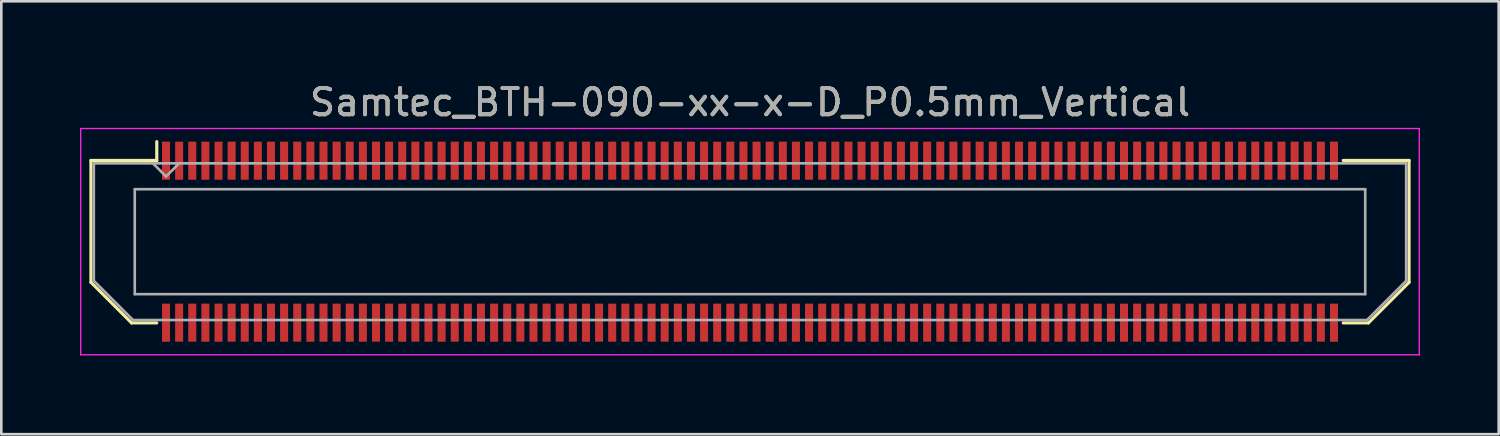
<source format=kicad_pcb>
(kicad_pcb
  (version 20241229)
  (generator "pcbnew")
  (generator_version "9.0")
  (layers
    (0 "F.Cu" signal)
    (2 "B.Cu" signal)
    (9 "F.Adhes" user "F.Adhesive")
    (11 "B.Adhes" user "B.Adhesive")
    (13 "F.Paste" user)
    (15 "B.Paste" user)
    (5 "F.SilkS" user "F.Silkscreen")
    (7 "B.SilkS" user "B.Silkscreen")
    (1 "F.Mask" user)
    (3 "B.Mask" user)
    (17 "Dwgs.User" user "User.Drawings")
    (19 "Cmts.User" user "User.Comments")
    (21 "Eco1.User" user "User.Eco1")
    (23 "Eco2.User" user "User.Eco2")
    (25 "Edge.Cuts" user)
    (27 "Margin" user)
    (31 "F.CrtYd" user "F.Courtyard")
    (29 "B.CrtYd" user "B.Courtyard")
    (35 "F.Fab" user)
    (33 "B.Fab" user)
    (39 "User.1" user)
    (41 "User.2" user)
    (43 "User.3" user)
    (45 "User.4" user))
  (footprint "Samtec_BTH-090-xx-x-D_P0.5mm_Vertical"
    (layer "F.Cu")
    (at 25.525 6.158)
    (property "Reference" "Samtec_BTH-090-xx-x-D_P0.5mm_Vertical" (at 0 -5.31 0) (layer "F.SilkS") (effects (font (size 1 1) (thickness 0.15))))
    (attr smd)
    (fp_line (start -25.11 -3.095) (end -25.11 1.548) (stroke (width 0.12) (type solid)) (layer "F.SilkS"))
    (fp_line (start -25.11 1.548) (end -23.562 3.095) (stroke (width 0.12) (type solid)) (layer "F.SilkS"))
    (fp_line (start -23.562 3.095) (end -22.602 3.095) (stroke (width 0.12) (type solid)) (layer "F.SilkS"))
    (fp_line (start -22.602 -3.811) (end -22.602 -3.095) (stroke (width 0.12) (type solid)) (layer "F.SilkS"))
    (fp_line (start -22.602 -3.095) (end -25.11 -3.095) (stroke (width 0.12) (type solid)) (layer "F.SilkS"))
    (fp_line (start 22.602 -3.095) (end 25.11 -3.095) (stroke (width 0.12) (type solid)) (layer "F.SilkS"))
    (fp_line (start 23.562 3.095) (end 22.602 3.095) (stroke (width 0.12) (type solid)) (layer "F.SilkS"))
    (fp_line (start 25.11 -3.095) (end 25.11 1.548) (stroke (width 0.12) (type solid)) (layer "F.SilkS"))
    (fp_line (start 25.11 1.548) (end 23.562 3.095) (stroke (width 0.12) (type solid)) (layer "F.SilkS"))
    (fp_line (start -25.5 -4.31) (end -25.5 4.31) (stroke (width 0.05) (type solid)) (layer "F.CrtYd"))
    (fp_line (start -25.5 4.31) (end 25.5 4.31) (stroke (width 0.05) (type solid)) (layer "F.CrtYd"))
    (fp_line (start 25.5 -4.31) (end -25.5 -4.31) (stroke (width 0.05) (type solid)) (layer "F.CrtYd"))
    (fp_line (start 25.5 4.31) (end 25.5 -4.31) (stroke (width 0.05) (type solid)) (layer "F.CrtYd"))
    (fp_line (start -25 -2.985) (end -25 1.492) (stroke (width 0.1) (type solid)) (layer "F.Fab"))
    (fp_line (start -25 -2.985) (end 25 -2.985) (stroke (width 0.1) (type solid)) (layer "F.Fab"))
    (fp_line (start -25 1.492) (end -23.508 2.985) (stroke (width 0.1) (type solid)) (layer "F.Fab"))
    (fp_line (start -23.508 2.985) (end 23.508 2.985) (stroke (width 0.1) (type solid)) (layer "F.Fab"))
    (fp_line (start -23.44 -2) (end -23.44 2) (stroke (width 0.1) (type solid)) (layer "F.Fab"))
    (fp_line (start -23.44 2) (end 23.44 2) (stroke (width 0.1) (type solid)) (layer "F.Fab"))
    (fp_line (start -22.25 -2.485) (end -22.75 -2.985) (stroke (width 0.1) (type solid)) (layer "F.Fab"))
    (fp_line (start -21.75 -2.985) (end -22.25 -2.485) (stroke (width 0.1) (type solid)) (layer "F.Fab"))
    (fp_line (start 23.44 -2) (end -23.44 -2) (stroke (width 0.1) (type solid)) (layer "F.Fab"))
    (fp_line (start 23.44 2) (end 23.44 -2) (stroke (width 0.1) (type solid)) (layer "F.Fab"))
    (fp_line (start 25 -2.985) (end 25 1.492) (stroke (width 0.1) (type solid)) (layer "F.Fab"))
    (fp_line (start 25 1.492) (end 23.508 2.985) (stroke (width 0.1) (type solid)) (layer "F.Fab"))
    (fp_text user "${REFERENCE}" (at 0 -5.31 0) (layer "F.Fab") (effects (font (size 1 1) (thickness 0.15))))
    (pad "1" smd rect (at -22.25 -3.086) (size 0.305 1.45) (layers "F.Cu" "F.Mask" "F.Paste"))
    (pad "2" smd rect (at -22.25 3.086) (size 0.305 1.45) (layers "F.Cu" "F.Mask" "F.Paste"))
    (pad "3" smd rect (at -21.75 -3.086) (size 0.305 1.45) (layers "F.Cu" "F.Mask" "F.Paste"))
    (pad "4" smd rect (at -21.75 3.086) (size 0.305 1.45) (layers "F.Cu" "F.Mask" "F.Paste"))
    (pad "5" smd rect (at -21.25 -3.086) (size 0.305 1.45) (layers "F.Cu" "F.Mask" "F.Paste"))
    (pad "6" smd rect (at -21.25 3.086) (size 0.305 1.45) (layers "F.Cu" "F.Mask" "F.Paste"))
    (pad "7" smd rect (at -20.75 -3.086) (size 0.305 1.45) (layers "F.Cu" "F.Mask" "F.Paste"))
    (pad "8" smd rect (at -20.75 3.086) (size 0.305 1.45) (layers "F.Cu" "F.Mask" "F.Paste"))
    (pad "9" smd rect (at -20.25 -3.086) (size 0.305 1.45) (layers "F.Cu" "F.Mask" "F.Paste"))
    (pad "10" smd rect (at -20.25 3.086) (size 0.305 1.45) (layers "F.Cu" "F.Mask" "F.Paste"))
    (pad "11" smd rect (at -19.75 -3.086) (size 0.305 1.45) (layers "F.Cu" "F.Mask" "F.Paste"))
    (pad "12" smd rect (at -19.75 3.086) (size 0.305 1.45) (layers "F.Cu" "F.Mask" "F.Paste"))
    (pad "13" smd rect (at -19.25 -3.086) (size 0.305 1.45) (layers "F.Cu" "F.Mask" "F.Paste"))
    (pad "14" smd rect (at -19.25 3.086) (size 0.305 1.45) (layers "F.Cu" "F.Mask" "F.Paste"))
    (pad "15" smd rect (at -18.75 -3.086) (size 0.305 1.45) (layers "F.Cu" "F.Mask" "F.Paste"))
    (pad "16" smd rect (at -18.75 3.086) (size 0.305 1.45) (layers "F.Cu" "F.Mask" "F.Paste"))
    (pad "17" smd rect (at -18.25 -3.086) (size 0.305 1.45) (layers "F.Cu" "F.Mask" "F.Paste"))
    (pad "18" smd rect (at -18.25 3.086) (size 0.305 1.45) (layers "F.Cu" "F.Mask" "F.Paste"))
    (pad "19" smd rect (at -17.75 -3.086) (size 0.305 1.45) (layers "F.Cu" "F.Mask" "F.Paste"))
    (pad "20" smd rect (at -17.75 3.086) (size 0.305 1.45) (layers "F.Cu" "F.Mask" "F.Paste"))
    (pad "21" smd rect (at -17.25 -3.086) (size 0.305 1.45) (layers "F.Cu" "F.Mask" "F.Paste"))
    (pad "22" smd rect (at -17.25 3.086) (size 0.305 1.45) (layers "F.Cu" "F.Mask" "F.Paste"))
    (pad "23" smd rect (at -16.75 -3.086) (size 0.305 1.45) (layers "F.Cu" "F.Mask" "F.Paste"))
    (pad "24" smd rect (at -16.75 3.086) (size 0.305 1.45) (layers "F.Cu" "F.Mask" "F.Paste"))
    (pad "25" smd rect (at -16.25 -3.086) (size 0.305 1.45) (layers "F.Cu" "F.Mask" "F.Paste"))
    (pad "26" smd rect (at -16.25 3.086) (size 0.305 1.45) (layers "F.Cu" "F.Mask" "F.Paste"))
    (pad "27" smd rect (at -15.75 -3.086) (size 0.305 1.45) (layers "F.Cu" "F.Mask" "F.Paste"))
    (pad "28" smd rect (at -15.75 3.086) (size 0.305 1.45) (layers "F.Cu" "F.Mask" "F.Paste"))
    (pad "29" smd rect (at -15.25 -3.086) (size 0.305 1.45) (layers "F.Cu" "F.Mask" "F.Paste"))
    (pad "30" smd rect (at -15.25 3.086) (size 0.305 1.45) (layers "F.Cu" "F.Mask" "F.Paste"))
    (pad "31" smd rect (at -14.75 -3.086) (size 0.305 1.45) (layers "F.Cu" "F.Mask" "F.Paste"))
    (pad "32" smd rect (at -14.75 3.086) (size 0.305 1.45) (layers "F.Cu" "F.Mask" "F.Paste"))
    (pad "33" smd rect (at -14.25 -3.086) (size 0.305 1.45) (layers "F.Cu" "F.Mask" "F.Paste"))
    (pad "34" smd rect (at -14.25 3.086) (size 0.305 1.45) (layers "F.Cu" "F.Mask" "F.Paste"))
    (pad "35" smd rect (at -13.75 -3.086) (size 0.305 1.45) (layers "F.Cu" "F.Mask" "F.Paste"))
    (pad "36" smd rect (at -13.75 3.086) (size 0.305 1.45) (layers "F.Cu" "F.Mask" "F.Paste"))
    (pad "37" smd rect (at -13.25 -3.086) (size 0.305 1.45) (layers "F.Cu" "F.Mask" "F.Paste"))
    (pad "38" smd rect (at -13.25 3.086) (size 0.305 1.45) (layers "F.Cu" "F.Mask" "F.Paste"))
    (pad "39" smd rect (at -12.75 -3.086) (size 0.305 1.45) (layers "F.Cu" "F.Mask" "F.Paste"))
    (pad "40" smd rect (at -12.75 3.086) (size 0.305 1.45) (layers "F.Cu" "F.Mask" "F.Paste"))
    (pad "41" smd rect (at -12.25 -3.086) (size 0.305 1.45) (layers "F.Cu" "F.Mask" "F.Paste"))
    (pad "42" smd rect (at -12.25 3.086) (size 0.305 1.45) (layers "F.Cu" "F.Mask" "F.Paste"))
    (pad "43" smd rect (at -11.75 -3.086) (size 0.305 1.45) (layers "F.Cu" "F.Mask" "F.Paste"))
    (pad "44" smd rect (at -11.75 3.086) (size 0.305 1.45) (layers "F.Cu" "F.Mask" "F.Paste"))
    (pad "45" smd rect (at -11.25 -3.086) (size 0.305 1.45) (layers "F.Cu" "F.Mask" "F.Paste"))
    (pad "46" smd rect (at -11.25 3.086) (size 0.305 1.45) (layers "F.Cu" "F.Mask" "F.Paste"))
    (pad "47" smd rect (at -10.75 -3.086) (size 0.305 1.45) (layers "F.Cu" "F.Mask" "F.Paste"))
    (pad "48" smd rect (at -10.75 3.086) (size 0.305 1.45) (layers "F.Cu" "F.Mask" "F.Paste"))
    (pad "49" smd rect (at -10.25 -3.086) (size 0.305 1.45) (layers "F.Cu" "F.Mask" "F.Paste"))
    (pad "50" smd rect (at -10.25 3.086) (size 0.305 1.45) (layers "F.Cu" "F.Mask" "F.Paste"))
    (pad "51" smd rect (at -9.75 -3.086) (size 0.305 1.45) (layers "F.Cu" "F.Mask" "F.Paste"))
    (pad "52" smd rect (at -9.75 3.086) (size 0.305 1.45) (layers "F.Cu" "F.Mask" "F.Paste"))
    (pad "53" smd rect (at -9.25 -3.086) (size 0.305 1.45) (layers "F.Cu" "F.Mask" "F.Paste"))
    (pad "54" smd rect (at -9.25 3.086) (size 0.305 1.45) (layers "F.Cu" "F.Mask" "F.Paste"))
    (pad "55" smd rect (at -8.75 -3.086) (size 0.305 1.45) (layers "F.Cu" "F.Mask" "F.Paste"))
    (pad "56" smd rect (at -8.75 3.086) (size 0.305 1.45) (layers "F.Cu" "F.Mask" "F.Paste"))
    (pad "57" smd rect (at -8.25 -3.086) (size 0.305 1.45) (layers "F.Cu" "F.Mask" "F.Paste"))
    (pad "58" smd rect (at -8.25 3.086) (size 0.305 1.45) (layers "F.Cu" "F.Mask" "F.Paste"))
    (pad "59" smd rect (at -7.75 -3.086) (size 0.305 1.45) (layers "F.Cu" "F.Mask" "F.Paste"))
    (pad "60" smd rect (at -7.75 3.086) (size 0.305 1.45) (layers "F.Cu" "F.Mask" "F.Paste"))
    (pad "61" smd rect (at -7.25 -3.086) (size 0.305 1.45) (layers "F.Cu" "F.Mask" "F.Paste"))
    (pad "62" smd rect (at -7.25 3.086) (size 0.305 1.45) (layers "F.Cu" "F.Mask" "F.Paste"))
    (pad "63" smd rect (at -6.75 -3.086) (size 0.305 1.45) (layers "F.Cu" "F.Mask" "F.Paste"))
    (pad "64" smd rect (at -6.75 3.086) (size 0.305 1.45) (layers "F.Cu" "F.Mask" "F.Paste"))
    (pad "65" smd rect (at -6.25 -3.086) (size 0.305 1.45) (layers "F.Cu" "F.Mask" "F.Paste"))
    (pad "66" smd rect (at -6.25 3.086) (size 0.305 1.45) (layers "F.Cu" "F.Mask" "F.Paste"))
    (pad "67" smd rect (at -5.75 -3.086) (size 0.305 1.45) (layers "F.Cu" "F.Mask" "F.Paste"))
    (pad "68" smd rect (at -5.75 3.086) (size 0.305 1.45) (layers "F.Cu" "F.Mask" "F.Paste"))
    (pad "69" smd rect (at -5.25 -3.086) (size 0.305 1.45) (layers "F.Cu" "F.Mask" "F.Paste"))
    (pad "70" smd rect (at -5.25 3.086) (size 0.305 1.45) (layers "F.Cu" "F.Mask" "F.Paste"))
    (pad "71" smd rect (at -4.75 -3.086) (size 0.305 1.45) (layers "F.Cu" "F.Mask" "F.Paste"))
    (pad "72" smd rect (at -4.75 3.086) (size 0.305 1.45) (layers "F.Cu" "F.Mask" "F.Paste"))
    (pad "73" smd rect (at -4.25 -3.086) (size 0.305 1.45) (layers "F.Cu" "F.Mask" "F.Paste"))
    (pad "74" smd rect (at -4.25 3.086) (size 0.305 1.45) (layers "F.Cu" "F.Mask" "F.Paste"))
    (pad "75" smd rect (at -3.75 -3.086) (size 0.305 1.45) (layers "F.Cu" "F.Mask" "F.Paste"))
    (pad "76" smd rect (at -3.75 3.086) (size 0.305 1.45) (layers "F.Cu" "F.Mask" "F.Paste"))
    (pad "77" smd rect (at -3.25 -3.086) (size 0.305 1.45) (layers "F.Cu" "F.Mask" "F.Paste"))
    (pad "78" smd rect (at -3.25 3.086) (size 0.305 1.45) (layers "F.Cu" "F.Mask" "F.Paste"))
    (pad "79" smd rect (at -2.75 -3.086) (size 0.305 1.45) (layers "F.Cu" "F.Mask" "F.Paste"))
    (pad "80" smd rect (at -2.75 3.086) (size 0.305 1.45) (layers "F.Cu" "F.Mask" "F.Paste"))
    (pad "81" smd rect (at -2.25 -3.086) (size 0.305 1.45) (layers "F.Cu" "F.Mask" "F.Paste"))
    (pad "82" smd rect (at -2.25 3.086) (size 0.305 1.45) (layers "F.Cu" "F.Mask" "F.Paste"))
    (pad "83" smd rect (at -1.75 -3.086) (size 0.305 1.45) (layers "F.Cu" "F.Mask" "F.Paste"))
    (pad "84" smd rect (at -1.75 3.086) (size 0.305 1.45) (layers "F.Cu" "F.Mask" "F.Paste"))
    (pad "85" smd rect (at -1.25 -3.086) (size 0.305 1.45) (layers "F.Cu" "F.Mask" "F.Paste"))
    (pad "86" smd rect (at -1.25 3.086) (size 0.305 1.45) (layers "F.Cu" "F.Mask" "F.Paste"))
    (pad "87" smd rect (at -0.75 -3.086) (size 0.305 1.45) (layers "F.Cu" "F.Mask" "F.Paste"))
    (pad "88" smd rect (at -0.75 3.086) (size 0.305 1.45) (layers "F.Cu" "F.Mask" "F.Paste"))
    (pad "89" smd rect (at -0.25 -3.086) (size 0.305 1.45) (layers "F.Cu" "F.Mask" "F.Paste"))
    (pad "90" smd rect (at -0.25 3.086) (size 0.305 1.45) (layers "F.Cu" "F.Mask" "F.Paste"))
    (pad "91" smd rect (at 0.25 -3.086) (size 0.305 1.45) (layers "F.Cu" "F.Mask" "F.Paste"))
    (pad "92" smd rect (at 0.25 3.086) (size 0.305 1.45) (layers "F.Cu" "F.Mask" "F.Paste"))
    (pad "93" smd rect (at 0.75 -3.086) (size 0.305 1.45) (layers "F.Cu" "F.Mask" "F.Paste"))
    (pad "94" smd rect (at 0.75 3.086) (size 0.305 1.45) (layers "F.Cu" "F.Mask" "F.Paste"))
    (pad "95" smd rect (at 1.25 -3.086) (size 0.305 1.45) (layers "F.Cu" "F.Mask" "F.Paste"))
    (pad "96" smd rect (at 1.25 3.086) (size 0.305 1.45) (layers "F.Cu" "F.Mask" "F.Paste"))
    (pad "97" smd rect (at 1.75 -3.086) (size 0.305 1.45) (layers "F.Cu" "F.Mask" "F.Paste"))
    (pad "98" smd rect (at 1.75 3.086) (size 0.305 1.45) (layers "F.Cu" "F.Mask" "F.Paste"))
    (pad "99" smd rect (at 2.25 -3.086) (size 0.305 1.45) (layers "F.Cu" "F.Mask" "F.Paste"))
    (pad "100" smd rect (at 2.25 3.086) (size 0.305 1.45) (layers "F.Cu" "F.Mask" "F.Paste"))
    (pad "101" smd rect (at 2.75 -3.086) (size 0.305 1.45) (layers "F.Cu" "F.Mask" "F.Paste"))
    (pad "102" smd rect (at 2.75 3.086) (size 0.305 1.45) (layers "F.Cu" "F.Mask" "F.Paste"))
    (pad "103" smd rect (at 3.25 -3.086) (size 0.305 1.45) (layers "F.Cu" "F.Mask" "F.Paste"))
    (pad "104" smd rect (at 3.25 3.086) (size 0.305 1.45) (layers "F.Cu" "F.Mask" "F.Paste"))
    (pad "105" smd rect (at 3.75 -3.086) (size 0.305 1.45) (layers "F.Cu" "F.Mask" "F.Paste"))
    (pad "106" smd rect (at 3.75 3.086) (size 0.305 1.45) (layers "F.Cu" "F.Mask" "F.Paste"))
    (pad "107" smd rect (at 4.25 -3.086) (size 0.305 1.45) (layers "F.Cu" "F.Mask" "F.Paste"))
    (pad "108" smd rect (at 4.25 3.086) (size 0.305 1.45) (layers "F.Cu" "F.Mask" "F.Paste"))
    (pad "109" smd rect (at 4.75 -3.086) (size 0.305 1.45) (layers "F.Cu" "F.Mask" "F.Paste"))
    (pad "110" smd rect (at 4.75 3.086) (size 0.305 1.45) (layers "F.Cu" "F.Mask" "F.Paste"))
    (pad "111" smd rect (at 5.25 -3.086) (size 0.305 1.45) (layers "F.Cu" "F.Mask" "F.Paste"))
    (pad "112" smd rect (at 5.25 3.086) (size 0.305 1.45) (layers "F.Cu" "F.Mask" "F.Paste"))
    (pad "113" smd rect (at 5.75 -3.086) (size 0.305 1.45) (layers "F.Cu" "F.Mask" "F.Paste"))
    (pad "114" smd rect (at 5.75 3.086) (size 0.305 1.45) (layers "F.Cu" "F.Mask" "F.Paste"))
    (pad "115" smd rect (at 6.25 -3.086) (size 0.305 1.45) (layers "F.Cu" "F.Mask" "F.Paste"))
    (pad "116" smd rect (at 6.25 3.086) (size 0.305 1.45) (layers "F.Cu" "F.Mask" "F.Paste"))
    (pad "117" smd rect (at 6.75 -3.086) (size 0.305 1.45) (layers "F.Cu" "F.Mask" "F.Paste"))
    (pad "118" smd rect (at 6.75 3.086) (size 0.305 1.45) (layers "F.Cu" "F.Mask" "F.Paste"))
    (pad "119" smd rect (at 7.25 -3.086) (size 0.305 1.45) (layers "F.Cu" "F.Mask" "F.Paste"))
    (pad "120" smd rect (at 7.25 3.086) (size 0.305 1.45) (layers "F.Cu" "F.Mask" "F.Paste"))
    (pad "121" smd rect (at 7.75 -3.086) (size 0.305 1.45) (layers "F.Cu" "F.Mask" "F.Paste"))
    (pad "122" smd rect (at 7.75 3.086) (size 0.305 1.45) (layers "F.Cu" "F.Mask" "F.Paste"))
    (pad "123" smd rect (at 8.25 -3.086) (size 0.305 1.45) (layers "F.Cu" "F.Mask" "F.Paste"))
    (pad "124" smd rect (at 8.25 3.086) (size 0.305 1.45) (layers "F.Cu" "F.Mask" "F.Paste"))
    (pad "125" smd rect (at 8.75 -3.086) (size 0.305 1.45) (layers "F.Cu" "F.Mask" "F.Paste"))
    (pad "126" smd rect (at 8.75 3.086) (size 0.305 1.45) (layers "F.Cu" "F.Mask" "F.Paste"))
    (pad "127" smd rect (at 9.25 -3.086) (size 0.305 1.45) (layers "F.Cu" "F.Mask" "F.Paste"))
    (pad "128" smd rect (at 9.25 3.086) (size 0.305 1.45) (layers "F.Cu" "F.Mask" "F.Paste"))
    (pad "129" smd rect (at 9.75 -3.086) (size 0.305 1.45) (layers "F.Cu" "F.Mask" "F.Paste"))
    (pad "130" smd rect (at 9.75 3.086) (size 0.305 1.45) (layers "F.Cu" "F.Mask" "F.Paste"))
    (pad "131" smd rect (at 10.25 -3.086) (size 0.305 1.45) (layers "F.Cu" "F.Mask" "F.Paste"))
    (pad "132" smd rect (at 10.25 3.086) (size 0.305 1.45) (layers "F.Cu" "F.Mask" "F.Paste"))
    (pad "133" smd rect (at 10.75 -3.086) (size 0.305 1.45) (layers "F.Cu" "F.Mask" "F.Paste"))
    (pad "134" smd rect (at 10.75 3.086) (size 0.305 1.45) (layers "F.Cu" "F.Mask" "F.Paste"))
    (pad "135" smd rect (at 11.25 -3.086) (size 0.305 1.45) (layers "F.Cu" "F.Mask" "F.Paste"))
    (pad "136" smd rect (at 11.25 3.086) (size 0.305 1.45) (layers "F.Cu" "F.Mask" "F.Paste"))
    (pad "137" smd rect (at 11.75 -3.086) (size 0.305 1.45) (layers "F.Cu" "F.Mask" "F.Paste"))
    (pad "138" smd rect (at 11.75 3.086) (size 0.305 1.45) (layers "F.Cu" "F.Mask" "F.Paste"))
    (pad "139" smd rect (at 12.25 -3.086) (size 0.305 1.45) (layers "F.Cu" "F.Mask" "F.Paste"))
    (pad "140" smd rect (at 12.25 3.086) (size 0.305 1.45) (layers "F.Cu" "F.Mask" "F.Paste"))
    (pad "141" smd rect (at 12.75 -3.086) (size 0.305 1.45) (layers "F.Cu" "F.Mask" "F.Paste"))
    (pad "142" smd rect (at 12.75 3.086) (size 0.305 1.45) (layers "F.Cu" "F.Mask" "F.Paste"))
    (pad "143" smd rect (at 13.25 -3.086) (size 0.305 1.45) (layers "F.Cu" "F.Mask" "F.Paste"))
    (pad "144" smd rect (at 13.25 3.086) (size 0.305 1.45) (layers "F.Cu" "F.Mask" "F.Paste"))
    (pad "145" smd rect (at 13.75 -3.086) (size 0.305 1.45) (layers "F.Cu" "F.Mask" "F.Paste"))
    (pad "146" smd rect (at 13.75 3.086) (size 0.305 1.45) (layers "F.Cu" "F.Mask" "F.Paste"))
    (pad "147" smd rect (at 14.25 -3.086) (size 0.305 1.45) (layers "F.Cu" "F.Mask" "F.Paste"))
    (pad "148" smd rect (at 14.25 3.086) (size 0.305 1.45) (layers "F.Cu" "F.Mask" "F.Paste"))
    (pad "149" smd rect (at 14.75 -3.086) (size 0.305 1.45) (layers "F.Cu" "F.Mask" "F.Paste"))
    (pad "150" smd rect (at 14.75 3.086) (size 0.305 1.45) (layers "F.Cu" "F.Mask" "F.Paste"))
    (pad "151" smd rect (at 15.25 -3.086) (size 0.305 1.45) (layers "F.Cu" "F.Mask" "F.Paste"))
    (pad "152" smd rect (at 15.25 3.086) (size 0.305 1.45) (layers "F.Cu" "F.Mask" "F.Paste"))
    (pad "153" smd rect (at 15.75 -3.086) (size 0.305 1.45) (layers "F.Cu" "F.Mask" "F.Paste"))
    (pad "154" smd rect (at 15.75 3.086) (size 0.305 1.45) (layers "F.Cu" "F.Mask" "F.Paste"))
    (pad "155" smd rect (at 16.25 -3.086) (size 0.305 1.45) (layers "F.Cu" "F.Mask" "F.Paste"))
    (pad "156" smd rect (at 16.25 3.086) (size 0.305 1.45) (layers "F.Cu" "F.Mask" "F.Paste"))
    (pad "157" smd rect (at 16.75 -3.086) (size 0.305 1.45) (layers "F.Cu" "F.Mask" "F.Paste"))
    (pad "158" smd rect (at 16.75 3.086) (size 0.305 1.45) (layers "F.Cu" "F.Mask" "F.Paste"))
    (pad "159" smd rect (at 17.25 -3.086) (size 0.305 1.45) (layers "F.Cu" "F.Mask" "F.Paste"))
    (pad "160" smd rect (at 17.25 3.086) (size 0.305 1.45) (layers "F.Cu" "F.Mask" "F.Paste"))
    (pad "161" smd rect (at 17.75 -3.086) (size 0.305 1.45) (layers "F.Cu" "F.Mask" "F.Paste"))
    (pad "162" smd rect (at 17.75 3.086) (size 0.305 1.45) (layers "F.Cu" "F.Mask" "F.Paste"))
    (pad "163" smd rect (at 18.25 -3.086) (size 0.305 1.45) (layers "F.Cu" "F.Mask" "F.Paste"))
    (pad "164" smd rect (at 18.25 3.086) (size 0.305 1.45) (layers "F.Cu" "F.Mask" "F.Paste"))
    (pad "165" smd rect (at 18.75 -3.086) (size 0.305 1.45) (layers "F.Cu" "F.Mask" "F.Paste"))
    (pad "166" smd rect (at 18.75 3.086) (size 0.305 1.45) (layers "F.Cu" "F.Mask" "F.Paste"))
    (pad "167" smd rect (at 19.25 -3.086) (size 0.305 1.45) (layers "F.Cu" "F.Mask" "F.Paste"))
    (pad "168" smd rect (at 19.25 3.086) (size 0.305 1.45) (layers "F.Cu" "F.Mask" "F.Paste"))
    (pad "169" smd rect (at 19.75 -3.086) (size 0.305 1.45) (layers "F.Cu" "F.Mask" "F.Paste"))
    (pad "170" smd rect (at 19.75 3.086) (size 0.305 1.45) (layers "F.Cu" "F.Mask" "F.Paste"))
    (pad "171" smd rect (at 20.25 -3.086) (size 0.305 1.45) (layers "F.Cu" "F.Mask" "F.Paste"))
    (pad "172" smd rect (at 20.25 3.086) (size 0.305 1.45) (layers "F.Cu" "F.Mask" "F.Paste"))
    (pad "173" smd rect (at 20.75 -3.086) (size 0.305 1.45) (layers "F.Cu" "F.Mask" "F.Paste"))
    (pad "174" smd rect (at 20.75 3.086) (size 0.305 1.45) (layers "F.Cu" "F.Mask" "F.Paste"))
    (pad "175" smd rect (at 21.25 -3.086) (size 0.305 1.45) (layers "F.Cu" "F.Mask" "F.Paste"))
    (pad "176" smd rect (at 21.25 3.086) (size 0.305 1.45) (layers "F.Cu" "F.Mask" "F.Paste"))
    (pad "177" smd rect (at 21.75 -3.086) (size 0.305 1.45) (layers "F.Cu" "F.Mask" "F.Paste"))
    (pad "178" smd rect (at 21.75 3.086) (size 0.305 1.45) (layers "F.Cu" "F.Mask" "F.Paste"))
    (pad "179" smd rect (at 22.25 -3.086) (size 0.305 1.45) (layers "F.Cu" "F.Mask" "F.Paste"))
    (pad "180" smd rect (at 22.25 3.086) (size 0.305 1.45) (layers "F.Cu" "F.Mask" "F.Paste")))
  (gr_rect
    (start -3 -3)
    (end 54.05 13.493)
    (stroke (width 0.1) (type default))
    (fill no)
    (layer "Edge.Cuts")))
</source>
